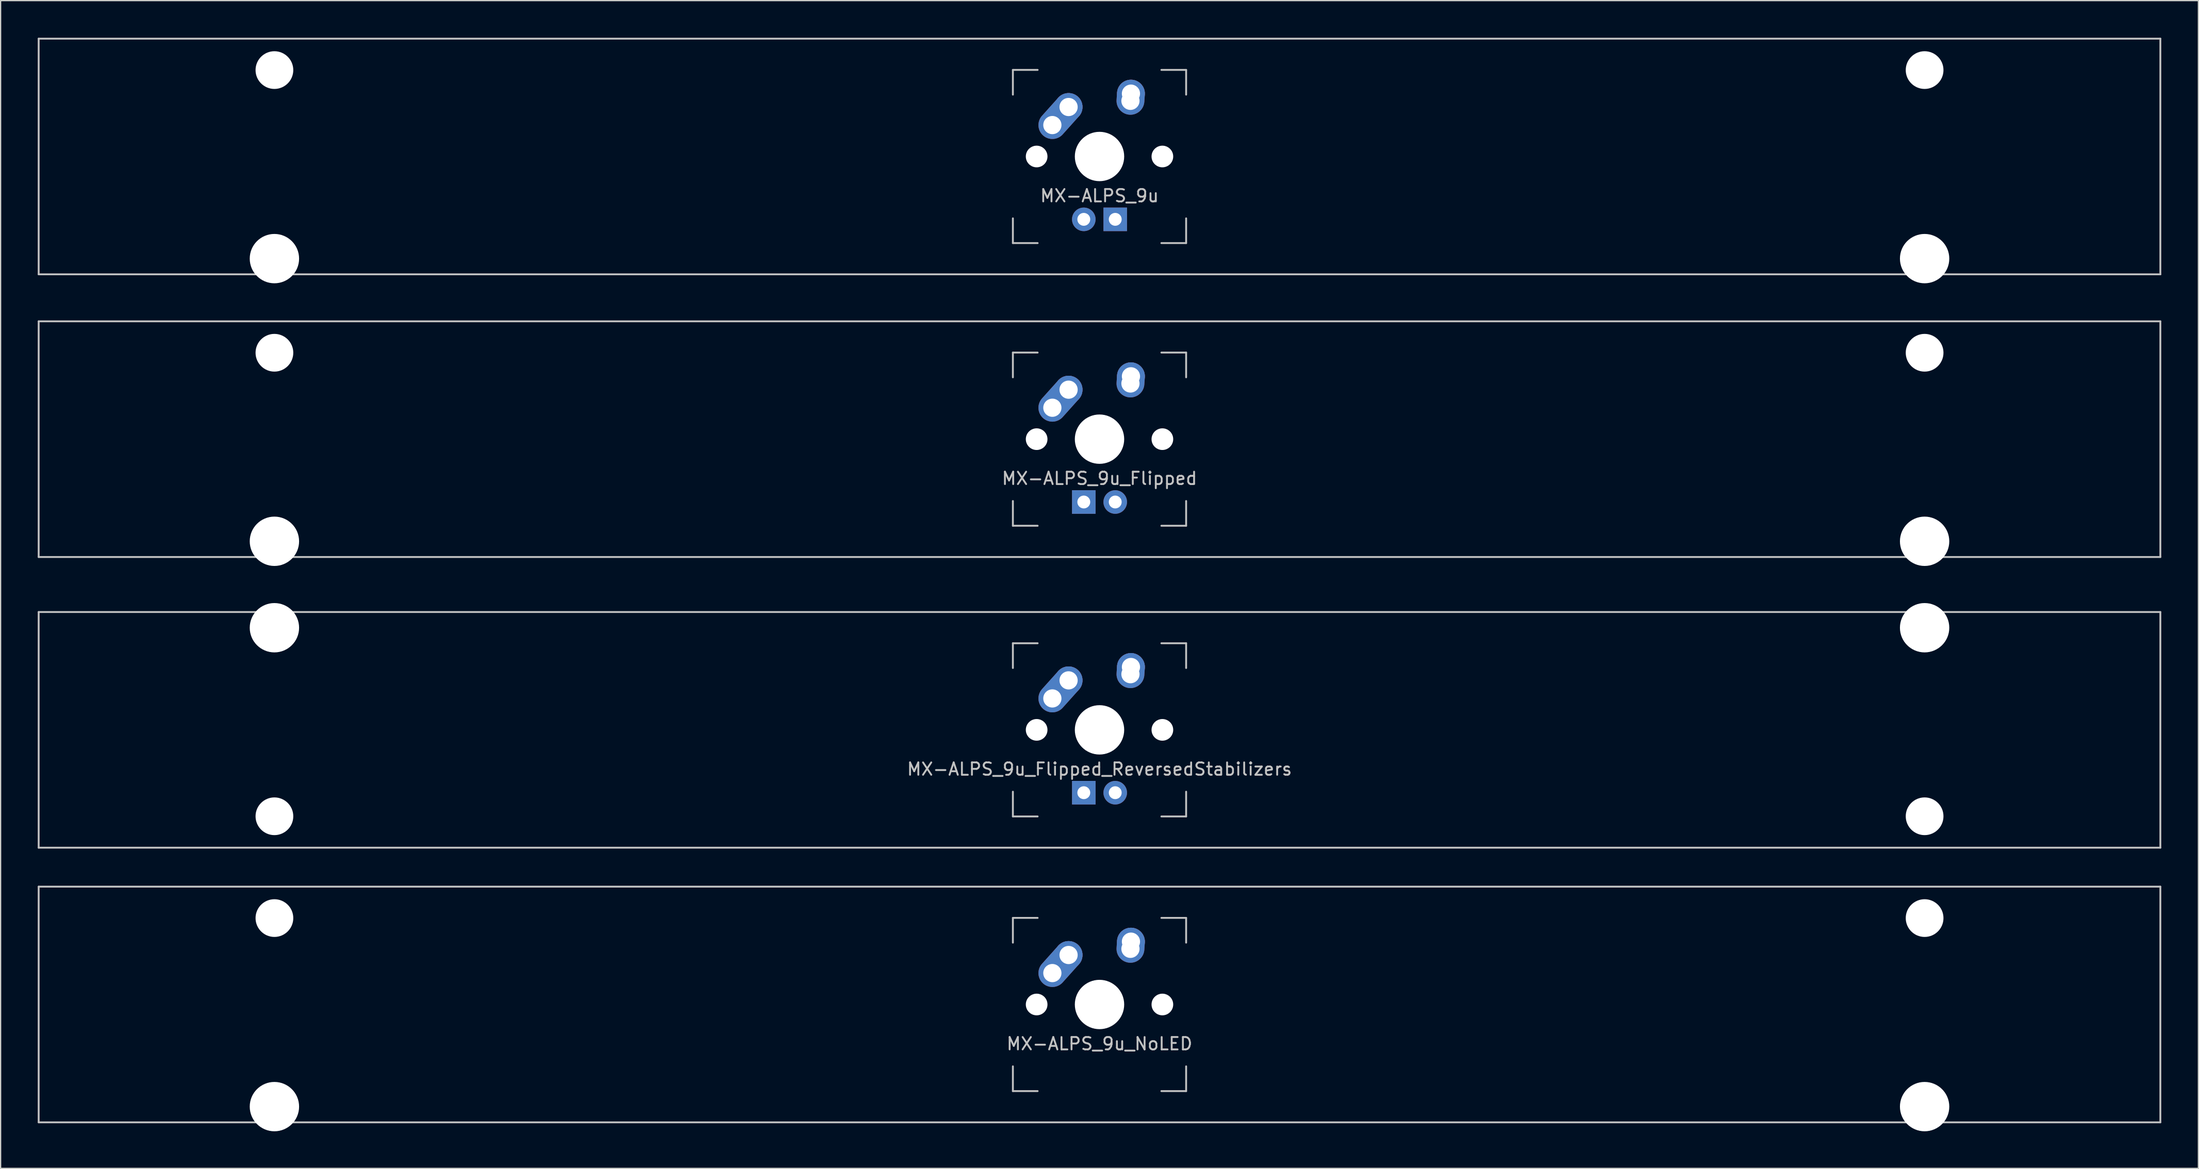
<source format=kicad_pcb>
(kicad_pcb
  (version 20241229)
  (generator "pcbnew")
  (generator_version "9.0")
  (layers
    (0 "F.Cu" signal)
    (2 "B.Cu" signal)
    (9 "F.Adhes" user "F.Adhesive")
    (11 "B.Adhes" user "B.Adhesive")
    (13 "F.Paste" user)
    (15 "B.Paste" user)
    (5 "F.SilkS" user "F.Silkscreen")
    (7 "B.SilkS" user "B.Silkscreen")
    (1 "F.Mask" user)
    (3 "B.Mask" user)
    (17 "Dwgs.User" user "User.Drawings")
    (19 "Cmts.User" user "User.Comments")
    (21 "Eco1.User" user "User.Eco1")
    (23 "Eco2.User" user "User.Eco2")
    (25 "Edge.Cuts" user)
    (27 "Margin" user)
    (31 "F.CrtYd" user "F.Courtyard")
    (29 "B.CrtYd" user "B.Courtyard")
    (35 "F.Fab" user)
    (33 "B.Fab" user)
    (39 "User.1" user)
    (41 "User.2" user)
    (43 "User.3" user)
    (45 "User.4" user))
  (footprint "MX-ALPS_9u"
    (layer "F.Cu")
    (at 85.8 9.6)
    (property "Reference" "MX-ALPS_9u" (at 0 3.175 0) (layer "Dwgs.User") (effects (font (size 1 1) (thickness 0.15))))
    (attr through_hole)
    (fp_line (start -85.725 -9.525) (end 85.725 -9.525) (stroke (width 0.15) (type solid)) (layer "Dwgs.User"))
    (fp_line (start -85.725 9.525) (end -85.725 -9.525) (stroke (width 0.15) (type solid)) (layer "Dwgs.User"))
    (fp_line (start -85.725 9.525) (end 85.725 9.525) (stroke (width 0.15) (type solid)) (layer "Dwgs.User"))
    (fp_line (start -7 -7) (end -7 -5) (stroke (width 0.15) (type solid)) (layer "Dwgs.User"))
    (fp_line (start -7 5) (end -7 7) (stroke (width 0.15) (type solid)) (layer "Dwgs.User"))
    (fp_line (start -7 7) (end -5 7) (stroke (width 0.15) (type solid)) (layer "Dwgs.User"))
    (fp_line (start -5 -7) (end -7 -7) (stroke (width 0.15) (type solid)) (layer "Dwgs.User"))
    (fp_line (start 5 -7) (end 7 -7) (stroke (width 0.15) (type solid)) (layer "Dwgs.User"))
    (fp_line (start 5 7) (end 7 7) (stroke (width 0.15) (type solid)) (layer "Dwgs.User"))
    (fp_line (start 7 -7) (end 7 -5) (stroke (width 0.15) (type solid)) (layer "Dwgs.User"))
    (fp_line (start 7 7) (end 7 5) (stroke (width 0.15) (type solid)) (layer "Dwgs.User"))
    (fp_line (start 85.725 -9.525) (end 85.725 9.525) (stroke (width 0.15) (type solid)) (layer "Dwgs.User"))
    (pad "" np_thru_hole circle (at -66.675 -6.985) (size 3.048 3.048) (drill 3.048) (layers "*.Cu" "*.Mask"))
    (pad "" np_thru_hole circle (at -66.675 8.255) (size 3.988 3.988) (drill 3.988) (layers "*.Cu" "*.Mask"))
    (pad "" np_thru_hole circle (at -5.08 0 48.1) (size 1.75 1.75) (drill 1.75) (layers "*.Cu" "*.Mask"))
    (pad "" np_thru_hole circle (at 0 0) (size 3.988 3.988) (drill 3.988) (layers "*.Cu" "*.Mask"))
    (pad "" np_thru_hole circle (at 5.08 0 48.1) (size 1.75 1.75) (drill 1.75) (layers "*.Cu" "*.Mask"))
    (pad "" np_thru_hole circle (at 66.675 -6.985) (size 3.048 3.048) (drill 3.048) (layers "*.Cu" "*.Mask"))
    (pad "" np_thru_hole circle (at 66.675 8.255) (size 3.988 3.988) (drill 3.988) (layers "*.Cu" "*.Mask"))
    (pad "1" thru_hole oval (at -3.81 -2.54 48.1) (size 4.212 2.25) (drill 1.47 (offset 0.981 0)) (layers "*.Cu" "B.Mask"))
    (pad "1" thru_hole circle (at -2.5 -4) (size 2.25 2.25) (drill 1.47) (layers "*.Cu" "B.Mask"))
    (pad "2" thru_hole oval (at 2.5 -4.5 86.055) (size 2.831 2.25) (drill 1.47 (offset 0.291 0)) (layers "*.Cu" "B.Mask"))
    (pad "2" thru_hole circle (at 2.54 -5.08) (size 2.25 2.25) (drill 1.47) (layers "*.Cu" "B.Mask"))
    (pad "3" thru_hole circle (at -1.27 5.08) (size 1.905 1.905) (drill 1.04) (layers "*.Cu" "B.Mask"))
    (pad "4" thru_hole rect (at 1.27 5.08) (size 1.905 1.905) (drill 1.04) (layers "*.Cu" "B.Mask")))
  (footprint "MX-ALPS_9u_Flipped"
    (layer "F.Cu")
    (at 85.8 32.449)
    (property "Reference" "MX-ALPS_9u_Flipped" (at 0 3.175 0) (layer "Dwgs.User") (effects (font (size 1 1) (thickness 0.15))))
    (attr through_hole)
    (fp_line (start -85.725 -9.525) (end 85.725 -9.525) (stroke (width 0.15) (type solid)) (layer "Dwgs.User"))
    (fp_line (start -85.725 9.525) (end -85.725 -9.525) (stroke (width 0.15) (type solid)) (layer "Dwgs.User"))
    (fp_line (start -85.725 9.525) (end 85.725 9.525) (stroke (width 0.15) (type solid)) (layer "Dwgs.User"))
    (fp_line (start -7 -7) (end -7 -5) (stroke (width 0.15) (type solid)) (layer "Dwgs.User"))
    (fp_line (start -7 5) (end -7 7) (stroke (width 0.15) (type solid)) (layer "Dwgs.User"))
    (fp_line (start -7 7) (end -5 7) (stroke (width 0.15) (type solid)) (layer "Dwgs.User"))
    (fp_line (start -5 -7) (end -7 -7) (stroke (width 0.15) (type solid)) (layer "Dwgs.User"))
    (fp_line (start 5 -7) (end 7 -7) (stroke (width 0.15) (type solid)) (layer "Dwgs.User"))
    (fp_line (start 5 7) (end 7 7) (stroke (width 0.15) (type solid)) (layer "Dwgs.User"))
    (fp_line (start 7 -7) (end 7 -5) (stroke (width 0.15) (type solid)) (layer "Dwgs.User"))
    (fp_line (start 7 7) (end 7 5) (stroke (width 0.15) (type solid)) (layer "Dwgs.User"))
    (fp_line (start 85.725 -9.525) (end 85.725 9.525) (stroke (width 0.15) (type solid)) (layer "Dwgs.User"))
    (pad "" np_thru_hole circle (at -66.675 -6.985) (size 3.048 3.048) (drill 3.048) (layers "*.Cu" "*.Mask"))
    (pad "" np_thru_hole circle (at -66.675 8.255) (size 3.988 3.988) (drill 3.988) (layers "*.Cu" "*.Mask"))
    (pad "" np_thru_hole circle (at -5.08 0 48.1) (size 1.75 1.75) (drill 1.75) (layers "*.Cu" "*.Mask"))
    (pad "" np_thru_hole circle (at 0 0) (size 3.988 3.988) (drill 3.988) (layers "*.Cu" "*.Mask"))
    (pad "" np_thru_hole circle (at 5.08 0 48.1) (size 1.75 1.75) (drill 1.75) (layers "*.Cu" "*.Mask"))
    (pad "" np_thru_hole circle (at 66.675 -6.985) (size 3.048 3.048) (drill 3.048) (layers "*.Cu" "*.Mask"))
    (pad "" np_thru_hole circle (at 66.675 8.255) (size 3.988 3.988) (drill 3.988) (layers "*.Cu" "*.Mask"))
    (pad "1" thru_hole oval (at -3.81 -2.54 48.1) (size 4.212 2.25) (drill 1.47 (offset 0.981 0)) (layers "*.Cu" "B.Mask"))
    (pad "1" thru_hole circle (at -2.5 -4) (size 2.25 2.25) (drill 1.47) (layers "*.Cu" "B.Mask"))
    (pad "2" thru_hole oval (at 2.5 -4.5 86.055) (size 2.831 2.25) (drill 1.47 (offset 0.291 0)) (layers "*.Cu" "B.Mask"))
    (pad "2" thru_hole circle (at 2.54 -5.08) (size 2.25 2.25) (drill 1.47) (layers "*.Cu" "B.Mask"))
    (pad "3" thru_hole circle (at 1.27 5.08) (size 1.905 1.905) (drill 1.04) (layers "*.Cu" "B.Mask"))
    (pad "4" thru_hole rect (at -1.27 5.08) (size 1.905 1.905) (drill 1.04) (layers "*.Cu" "B.Mask")))
  (footprint "MX-ALPS_9u_NoLED"
    (layer "F.Cu")
    (at 85.8 78.147)
    (property "Reference" "MX-ALPS_9u_NoLED" (at 0 3.175 0) (layer "Dwgs.User") (effects (font (size 1 1) (thickness 0.15))))
    (attr through_hole)
    (fp_line (start -85.725 -9.525) (end 85.725 -9.525) (stroke (width 0.15) (type solid)) (layer "Dwgs.User"))
    (fp_line (start -85.725 9.525) (end -85.725 -9.525) (stroke (width 0.15) (type solid)) (layer "Dwgs.User"))
    (fp_line (start -85.725 9.525) (end 85.725 9.525) (stroke (width 0.15) (type solid)) (layer "Dwgs.User"))
    (fp_line (start -7 -7) (end -7 -5) (stroke (width 0.15) (type solid)) (layer "Dwgs.User"))
    (fp_line (start -7 5) (end -7 7) (stroke (width 0.15) (type solid)) (layer "Dwgs.User"))
    (fp_line (start -7 7) (end -5 7) (stroke (width 0.15) (type solid)) (layer "Dwgs.User"))
    (fp_line (start -5 -7) (end -7 -7) (stroke (width 0.15) (type solid)) (layer "Dwgs.User"))
    (fp_line (start 5 -7) (end 7 -7) (stroke (width 0.15) (type solid)) (layer "Dwgs.User"))
    (fp_line (start 5 7) (end 7 7) (stroke (width 0.15) (type solid)) (layer "Dwgs.User"))
    (fp_line (start 7 -7) (end 7 -5) (stroke (width 0.15) (type solid)) (layer "Dwgs.User"))
    (fp_line (start 7 7) (end 7 5) (stroke (width 0.15) (type solid)) (layer "Dwgs.User"))
    (fp_line (start 85.725 -9.525) (end 85.725 9.525) (stroke (width 0.15) (type solid)) (layer "Dwgs.User"))
    (pad "" np_thru_hole circle (at -66.675 -6.985) (size 3.048 3.048) (drill 3.048) (layers "*.Cu" "*.Mask"))
    (pad "" np_thru_hole circle (at -66.675 8.255) (size 3.988 3.988) (drill 3.988) (layers "*.Cu" "*.Mask"))
    (pad "" np_thru_hole circle (at -5.08 0 48.1) (size 1.75 1.75) (drill 1.75) (layers "*.Cu" "*.Mask"))
    (pad "" np_thru_hole circle (at 0 0) (size 3.988 3.988) (drill 3.988) (layers "*.Cu" "*.Mask"))
    (pad "" np_thru_hole circle (at 5.08 0 48.1) (size 1.75 1.75) (drill 1.75) (layers "*.Cu" "*.Mask"))
    (pad "" np_thru_hole circle (at 66.675 -6.985) (size 3.048 3.048) (drill 3.048) (layers "*.Cu" "*.Mask"))
    (pad "" np_thru_hole circle (at 66.675 8.255) (size 3.988 3.988) (drill 3.988) (layers "*.Cu" "*.Mask"))
    (pad "1" thru_hole oval (at -3.81 -2.54 48.1) (size 4.212 2.25) (drill 1.47 (offset 0.981 0)) (layers "*.Cu" "B.Mask"))
    (pad "1" thru_hole circle (at -2.5 -4) (size 2.25 2.25) (drill 1.47) (layers "*.Cu" "B.Mask"))
    (pad "2" thru_hole oval (at 2.5 -4.5 86.055) (size 2.831 2.25) (drill 1.47 (offset 0.291 0)) (layers "*.Cu" "B.Mask"))
    (pad "2" thru_hole circle (at 2.54 -5.08) (size 2.25 2.25) (drill 1.47) (layers "*.Cu" "B.Mask")))
  (footprint "MX-ALPS_9u_Flipped_ReversedStabilizers"
    (layer "F.Cu")
    (at 85.8 55.947)
    (property "Reference" "MX-ALPS_9u_Flipped_ReversedStabilizers" (at 0 3.175 0) (layer "Dwgs.User") (effects (font (size 1 1) (thickness 0.15))))
    (attr through_hole)
    (fp_line (start -85.725 -9.525) (end 85.725 -9.525) (stroke (width 0.15) (type solid)) (layer "Dwgs.User"))
    (fp_line (start -85.725 9.525) (end -85.725 -9.525) (stroke (width 0.15) (type solid)) (layer "Dwgs.User"))
    (fp_line (start -85.725 9.525) (end 85.725 9.525) (stroke (width 0.15) (type solid)) (layer "Dwgs.User"))
    (fp_line (start -7 -7) (end -7 -5) (stroke (width 0.15) (type solid)) (layer "Dwgs.User"))
    (fp_line (start -7 5) (end -7 7) (stroke (width 0.15) (type solid)) (layer "Dwgs.User"))
    (fp_line (start -7 7) (end -5 7) (stroke (width 0.15) (type solid)) (layer "Dwgs.User"))
    (fp_line (start -5 -7) (end -7 -7) (stroke (width 0.15) (type solid)) (layer "Dwgs.User"))
    (fp_line (start 5 -7) (end 7 -7) (stroke (width 0.15) (type solid)) (layer "Dwgs.User"))
    (fp_line (start 5 7) (end 7 7) (stroke (width 0.15) (type solid)) (layer "Dwgs.User"))
    (fp_line (start 7 -7) (end 7 -5) (stroke (width 0.15) (type solid)) (layer "Dwgs.User"))
    (fp_line (start 7 7) (end 7 5) (stroke (width 0.15) (type solid)) (layer "Dwgs.User"))
    (fp_line (start 85.725 -9.525) (end 85.725 9.525) (stroke (width 0.15) (type solid)) (layer "Dwgs.User"))
    (pad "" np_thru_hole circle (at -66.675 -8.255) (size 3.988 3.988) (drill 3.988) (layers "*.Cu" "*.Mask"))
    (pad "" np_thru_hole circle (at -66.675 6.985) (size 3.048 3.048) (drill 3.048) (layers "*.Cu" "*.Mask"))
    (pad "" np_thru_hole circle (at -5.08 0 48.1) (size 1.75 1.75) (drill 1.75) (layers "*.Cu" "*.Mask"))
    (pad "" np_thru_hole circle (at 0 0) (size 3.988 3.988) (drill 3.988) (layers "*.Cu" "*.Mask"))
    (pad "" np_thru_hole circle (at 5.08 0 48.1) (size 1.75 1.75) (drill 1.75) (layers "*.Cu" "*.Mask"))
    (pad "" np_thru_hole circle (at 66.675 -8.255) (size 3.988 3.988) (drill 3.988) (layers "*.Cu" "*.Mask"))
    (pad "" np_thru_hole circle (at 66.675 6.985) (size 3.048 3.048) (drill 3.048) (layers "*.Cu" "*.Mask"))
    (pad "1" thru_hole oval (at -3.81 -2.54 48.1) (size 4.212 2.25) (drill 1.47 (offset 0.981 0)) (layers "*.Cu" "B.Mask"))
    (pad "1" thru_hole circle (at -2.5 -4) (size 2.25 2.25) (drill 1.47) (layers "*.Cu" "B.Mask"))
    (pad "2" thru_hole oval (at 2.5 -4.5 86.055) (size 2.831 2.25) (drill 1.47 (offset 0.291 0)) (layers "*.Cu" "B.Mask"))
    (pad "2" thru_hole circle (at 2.54 -5.08) (size 2.25 2.25) (drill 1.47) (layers "*.Cu" "B.Mask"))
    (pad "3" thru_hole circle (at 1.27 5.08) (size 1.905 1.905) (drill 1.04) (layers "*.Cu" "B.Mask"))
    (pad "4" thru_hole rect (at -1.27 5.08) (size 1.905 1.905) (drill 1.04) (layers "*.Cu" "B.Mask")))
  (gr_rect
    (start -3 -3)
    (end 174.6 91.396)
    (stroke (width 0.1) (type default))
    (fill no)
    (layer "Edge.Cuts")))
</source>
